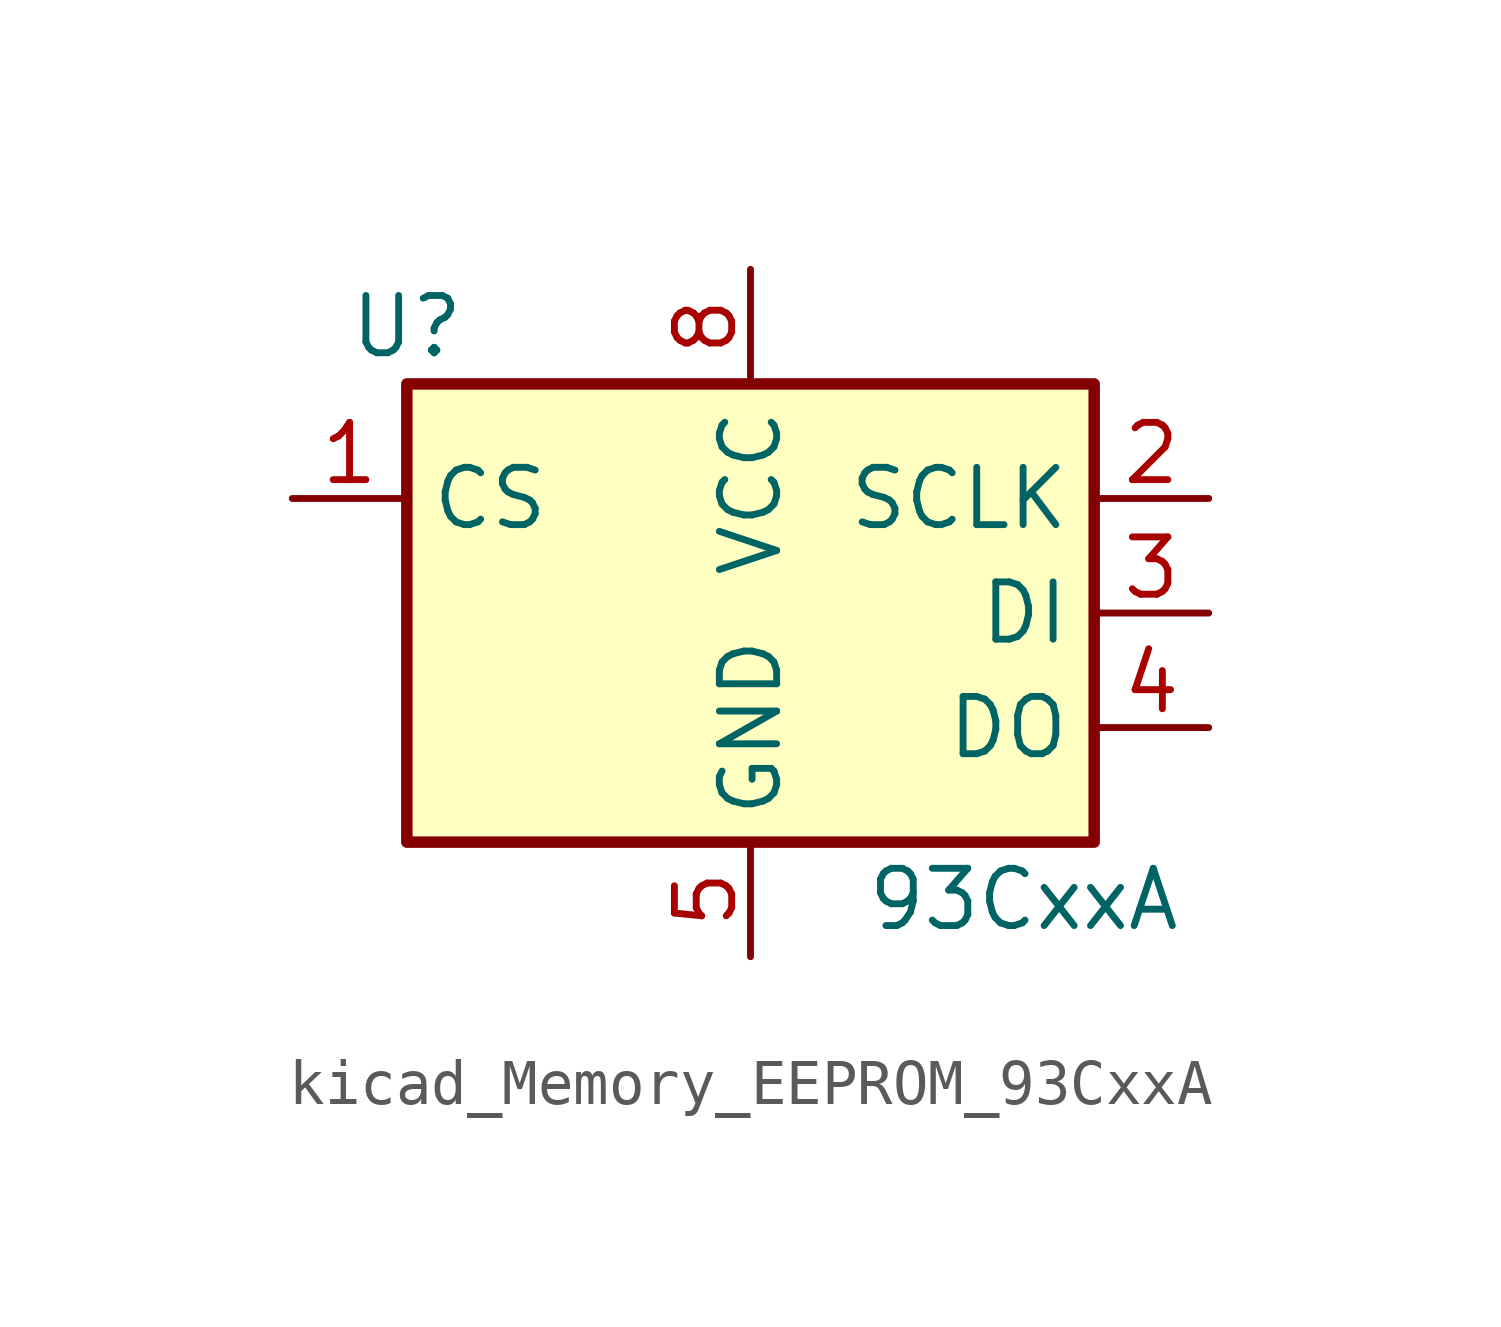
<source format=kicad_sym>
(kicad_symbol_lib
  (version 20220914)
  (generator kicad_symbol_editor)
  (symbol "kicad_Memory_EEPROM_93CxxA"
    (property "Reference" "U"
      (at -7.62 6.35 0)
      (effects (font (size 1.27 1.27))))
    (property "Value" "93CxxA"
      (at 2.54 -6.35 0)
      (effects (font (size 1.27 1.27)) (justify left)))
    (symbol "kicad_Memory_EEPROM_93CxxA_1_1"
      (rectangle (start -7.62 5.08) (end 7.62 -5.08) (stroke (width 0.254) (type default)) (fill (type background)))
      (pin input line (at -10.16 2.54 0) (length 2.54) (name "CS" (effects (font (size 1.27 1.27)))) (number "1" (effects (font (size 1.27 1.27)))))
      (pin input line (at 10.16 2.54 180) (length 2.54) (name "SCLK" (effects (font (size 1.27 1.27)))) (number "2" (effects (font (size 1.27 1.27)))))
      (pin input line (at 10.16 0 180) (length 2.54) (name "DI" (effects (font (size 1.27 1.27)))) (number "3" (effects (font (size 1.27 1.27)))))
      (pin tri_state line (at 10.16 -2.54 180) (length 2.54) (name "DO" (effects (font (size 1.27 1.27)))) (number "4" (effects (font (size 1.27 1.27)))))
      (pin power_in line (at 0 -7.62 90) (length 2.54) (name "GND" (effects (font (size 1.27 1.27)))) (number "5" (effects (font (size 1.27 1.27)))))
      (pin no_connect line (at -7.62 0 0) (length 2.54) hide (name "NC" (effects (font (size 1.27 1.27)))) (number "6" (effects (font (size 1.27 1.27)))))
      (pin no_connect line (at -7.62 -2.54 0) (length 2.54) hide (name "NC" (effects (font (size 1.27 1.27)))) (number "7" (effects (font (size 1.27 1.27)))))
      (pin power_in line (at 0 7.62 270) (length 2.54) (name "VCC" (effects (font (size 1.27 1.27)))) (number "8" (effects (font (size 1.27 1.27))))))))
</source>
